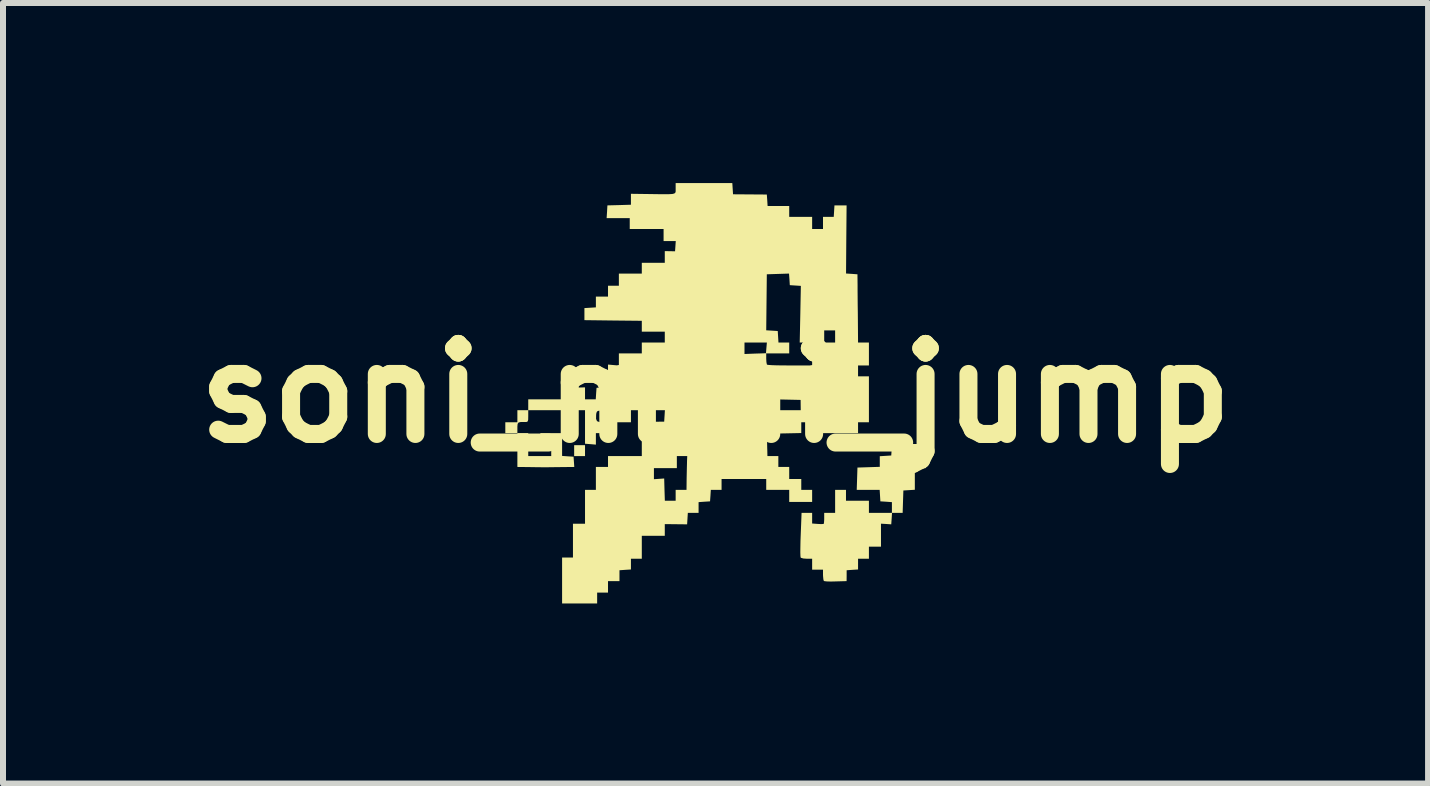
<source format=kicad_pcb>
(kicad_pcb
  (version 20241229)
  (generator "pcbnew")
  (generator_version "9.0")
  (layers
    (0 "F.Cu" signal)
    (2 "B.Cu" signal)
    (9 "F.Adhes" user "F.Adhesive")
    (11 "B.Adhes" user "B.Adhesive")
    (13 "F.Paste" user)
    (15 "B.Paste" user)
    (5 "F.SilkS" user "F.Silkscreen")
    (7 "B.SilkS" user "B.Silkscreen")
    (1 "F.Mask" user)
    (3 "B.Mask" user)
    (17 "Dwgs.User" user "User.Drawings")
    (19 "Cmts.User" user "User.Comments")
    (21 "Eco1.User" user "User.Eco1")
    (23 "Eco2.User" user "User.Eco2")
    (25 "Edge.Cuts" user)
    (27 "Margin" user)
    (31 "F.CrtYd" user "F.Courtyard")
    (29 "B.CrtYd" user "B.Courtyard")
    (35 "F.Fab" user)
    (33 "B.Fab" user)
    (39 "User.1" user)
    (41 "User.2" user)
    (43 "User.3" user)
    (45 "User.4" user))
  (footprint "soni_mini_jump"
    (layer "F.Cu")
    (at 8.871 3.502)
    (property "Reference" "soni_mini_jump" (at 0 0 0) (layer "F.SilkS") (effects (font (size 1.5 1.5) (thickness 0.3))))
    (attr board_only exclude_from_pos_files exclude_from_bom)
    (fp_poly (pts (xy -2.174 0.956) (xy -2.174 1.047) (xy -2.264 1.047) (xy -2.355 1.047) (xy -2.355 0.956) (xy -2.355 0.865) (xy -2.264 0.865) (xy -2.174 0.865)) (stroke (width 0) (type solid)) (fill yes) (layer "F.SilkS"))
    (fp_poly (pts (xy -3.12 0.855) (xy -3.12 1.047) (xy -2.928 1.047) (xy -2.737 1.047) (xy -2.737 0.946) (xy -2.737 0.845) (xy -2.828 0.845) (xy -2.918 0.845) (xy -2.918 0.755) (xy -2.918 0.664) (xy -2.737 0.664) (xy -2.556 0.664) (xy -2.556 0.854) (xy -2.556 1.044) (xy -2.46 1.051) (xy -2.365 1.057) (xy -2.359 1.142) (xy -2.353 1.228) (xy -2.555 1.23) (xy -2.65 1.231) (xy -2.737 1.232) (xy -2.805 1.233) (xy -2.828 1.233) (xy -2.879 1.233) (xy -2.957 1.232) (xy -3.049 1.231) (xy -3.1 1.23) (xy -3.301 1.228) (xy -3.301 0.946) (xy -3.301 0.664) (xy -3.21 0.664) (xy -3.12 0.664)) (stroke (width 0) (type solid)) (fill yes) (layer "F.SilkS"))
    (fp_poly (pts (xy 3.502 1.047) (xy 3.502 1.248) (xy 3.411 1.248) (xy 3.321 1.248) (xy 3.321 1.428) (xy 3.321 1.608) (xy 3.225 1.614) (xy 3.13 1.62) (xy 3.124 1.806) (xy 3.118 1.993) (xy 3.029 1.993) (xy 2.941 1.993) (xy 2.935 2.088) (xy 2.928 2.184) (xy 2.843 2.178) (xy 2.757 2.173) (xy 2.757 2.365) (xy 2.757 2.556) (xy 2.657 2.556) (xy 2.556 2.556) (xy 2.556 2.657) (xy 2.556 2.757) (xy 2.466 2.757) (xy 2.375 2.757) (xy 2.375 2.847) (xy 2.375 2.936) (xy 2.28 2.942) (xy 2.185 2.949) (xy 2.185 3.039) (xy 2.184 3.13) (xy 2.002 3.135) (xy 1.92 3.137) (xy 1.853 3.135) (xy 1.813 3.13) (xy 1.805 3.127) (xy 1.797 3.1) (xy 1.792 3.048) (xy 1.791 3.026) (xy 1.791 2.939) (xy 1.701 2.939) (xy 1.61 2.939) (xy 1.61 2.848) (xy 1.61 2.757) (xy 1.521 2.757) (xy 1.464 2.753) (xy 1.425 2.742) (xy 1.418 2.736) (xy 1.415 2.71) (xy 1.413 2.65) (xy 1.414 2.564) (xy 1.416 2.459) (xy 1.42 2.354) (xy 1.434 1.993) (xy 1.522 1.993) (xy 1.61 1.993) (xy 1.61 2.081) (xy 1.61 2.17) (xy 1.702 2.177) (xy 1.759 2.18) (xy 1.796 2.178) (xy 1.803 2.176) (xy 1.808 2.152) (xy 1.811 2.103) (xy 1.811 2.08) (xy 1.811 1.993) (xy 1.902 1.993) (xy 1.993 1.993) (xy 1.993 1.801) (xy 1.993 1.61) (xy 2.083 1.61) (xy 2.174 1.61) (xy 2.174 1.701) (xy 2.174 1.791) (xy 2.365 1.791) (xy 2.556 1.791) (xy 2.556 1.892) (xy 2.556 1.993) (xy 2.747 1.993) (xy 2.939 1.993) (xy 2.939 1.903) (xy 2.939 1.814) (xy 2.843 1.807) (xy 2.747 1.801) (xy 2.741 1.706) (xy 2.735 1.61) (xy 2.544 1.61) (xy 2.353 1.61) (xy 2.359 1.424) (xy 2.365 1.238) (xy 2.551 1.232) (xy 2.737 1.226) (xy 2.737 1.138) (xy 2.737 1.049) (xy 2.833 1.043) (xy 2.928 1.037) (xy 2.935 0.941) (xy 2.941 0.845) (xy 3.221 0.845) (xy 3.502 0.845)) (stroke (width 0) (type solid)) (fill yes) (layer "F.SilkS"))
    (fp_poly (pts (xy 0.286 -3.409) (xy 0.292 -3.315) (xy 0.574 -3.313) (xy 0.855 -3.311) (xy 0.862 -3.215) (xy 0.868 -3.12) (xy 1.048 -3.12) (xy 1.228 -3.12) (xy 1.228 -3.029) (xy 1.228 -2.939) (xy 1.419 -2.939) (xy 1.61 -2.939) (xy 1.61 -2.838) (xy 1.61 -2.737) (xy 1.701 -2.737) (xy 1.791 -2.737) (xy 1.791 -2.838) (xy 1.791 -2.939) (xy 1.881 -2.939) (xy 1.97 -2.939) (xy 1.976 -3.034) (xy 1.982 -3.13) (xy 2.083 -3.13) (xy 2.184 -3.13) (xy 2.179 -2.562) (xy 2.175 -1.995) (xy 2.27 -1.989) (xy 2.365 -1.982) (xy 2.367 -1.801) (xy 2.367 -1.721) (xy 2.368 -1.611) (xy 2.369 -1.482) (xy 2.371 -1.345) (xy 2.372 -1.233) (xy 2.375 -0.845) (xy 2.466 -0.845) (xy 2.556 -0.845) (xy 2.556 -0.654) (xy 2.556 -0.463) (xy 2.466 -0.463) (xy 2.375 -0.463) (xy 2.375 -0.372) (xy 2.375 -0.282) (xy 2.466 -0.282) (xy 2.556 -0.282) (xy 2.556 0.101) (xy 2.556 0.483) (xy 2.466 0.483) (xy 2.375 0.483) (xy 2.375 0.574) (xy 2.375 0.664) (xy 1.993 0.664) (xy 1.61 0.664) (xy 1.61 0.574) (xy 1.61 0.483) (xy 1.52 0.483) (xy 1.429 0.483) (xy 1.429 0.573) (xy 1.429 0.663) (xy 1.142 0.669) (xy 0.855 0.674) (xy 0.858 0.765) (xy 0.86 0.846) (xy 0.862 0.932) (xy 0.863 0.951) (xy 0.865 1.047) (xy 0.956 1.047) (xy 1.047 1.047) (xy 1.047 1.137) (xy 1.047 1.228) (xy 1.137 1.228) (xy 1.228 1.228) (xy 1.228 1.328) (xy 1.228 1.429) (xy 1.328 1.429) (xy 1.429 1.429) (xy 1.429 1.52) (xy 1.429 1.61) (xy 1.52 1.61) (xy 1.61 1.61) (xy 1.61 1.711) (xy 1.61 1.811) (xy 1.419 1.811) (xy 1.228 1.811) (xy 1.228 1.711) (xy 1.228 1.61) (xy 1.037 1.61) (xy 0.845 1.61) (xy 0.845 1.52) (xy 0.845 1.429) (xy 0.473 1.429) (xy 0.101 1.429) (xy 0.101 1.52) (xy 0.101 1.61) (xy 0.011 1.61) (xy -0.078 1.61) (xy -0.084 1.706) (xy -0.091 1.801) (xy -0.186 1.807) (xy -0.282 1.814) (xy -0.282 1.903) (xy -0.282 1.993) (xy -0.371 1.993) (xy -0.461 1.993) (xy -0.467 2.088) (xy -0.473 2.184) (xy -0.659 2.182) (xy -0.845 2.18) (xy -0.845 2.278) (xy -0.845 2.375) (xy -1.037 2.375) (xy -1.228 2.375) (xy -1.228 2.566) (xy -1.228 2.757) (xy -1.318 2.757) (xy -1.409 2.757) (xy -1.409 2.847) (xy -1.409 2.936) (xy -1.504 2.942) (xy -1.6 2.949) (xy -1.6 3.039) (xy -1.6 3.13) (xy -1.696 3.13) (xy -1.791 3.13) (xy -1.791 3.225) (xy -1.791 3.321) (xy -1.882 3.321) (xy -1.972 3.321) (xy -1.972 3.411) (xy -1.972 3.502) (xy -2.264 3.502) (xy -2.556 3.502) (xy -2.556 3.12) (xy -2.556 2.737) (xy -2.466 2.737) (xy -2.375 2.737) (xy -2.375 2.455) (xy -2.375 2.174) (xy -2.274 2.174) (xy -2.174 2.174) (xy -2.174 1.892) (xy -2.174 1.61) (xy -2.083 1.61) (xy -1.993 1.61) (xy -1.993 1.419) (xy -1.993 1.248) (xy -1.026 1.248) (xy -1.026 1.34) (xy -1.026 1.432) (xy -0.941 1.426) (xy -0.855 1.42) (xy -0.85 1.605) (xy -0.844 1.791) (xy -0.754 1.791) (xy -0.664 1.791) (xy -0.664 1.701) (xy -0.664 1.61) (xy -0.574 1.61) (xy -0.483 1.61) (xy -0.481 1.424) (xy -0.479 1.328) (xy -0.477 1.234) (xy -0.475 1.16) (xy -0.475 1.142) (xy -0.471 1.047) (xy -0.557 1.047) (xy -0.644 1.047) (xy -0.644 1.147) (xy -0.644 1.248) (xy -0.835 1.248) (xy -1.026 1.248) (xy -1.993 1.248) (xy -1.993 1.228) (xy -1.892 1.228) (xy -1.791 1.228) (xy -1.791 1.137) (xy -1.791 1.047) (xy -1.51 1.047) (xy -1.228 1.047) (xy -1.228 0.855) (xy -1.228 0.664) (xy -1.138 0.664) (xy -1.049 0.664) (xy -1.043 0.57) (xy -1.037 0.476) (xy -0.946 0.474) (xy -0.855 0.473) (xy -0.849 0.377) (xy -0.843 0.282) (xy -1.126 0.282) (xy -1.409 0.282) (xy -1.409 0.382) (xy -1.409 0.483) (xy -1.6 0.483) (xy -1.791 0.483) (xy -1.791 0.574) (xy -1.791 0.664) (xy -1.892 0.664) (xy -1.993 0.664) (xy -1.993 0.76) (xy -1.993 0.856) (xy -2.083 0.848) (xy -2.174 0.841) (xy -2.174 0.562) (xy -2.174 0.427) (xy -1.99 0.427) (xy -1.974 0.465) (xy -1.931 0.481) (xy -1.882 0.483) (xy -1.791 0.483) (xy -1.791 0.381) (xy -1.791 0.28) (xy -1.887 0.286) (xy -1.945 0.291) (xy -1.974 0.303) (xy -1.985 0.33) (xy -1.989 0.359) (xy -1.99 0.427) (xy -2.174 0.427) (xy -2.174 0.282) (xy -2.647 0.282) (xy -3.12 0.282) (xy -3.12 0.381) (xy -3.121 0.44) (xy -3.129 0.469) (xy -3.15 0.479) (xy -3.175 0.479) (xy -3.244 0.479) (xy -3.281 0.487) (xy -3.297 0.51) (xy -3.301 0.555) (xy -3.301 0.574) (xy -3.301 0.664) (xy -3.401 0.664) (xy -3.502 0.664) (xy -3.502 0.574) (xy -3.502 0.483) (xy -3.401 0.483) (xy -3.301 0.483) (xy -3.301 0.382) (xy -3.301 0.282) (xy -3.21 0.282) (xy -3.12 0.282) (xy -3.12 0.191) (xy -3.12 0.191) (xy 0.865 0.191) (xy 0.865 0.282) (xy 1.143 0.282) (xy 1.42 0.282) (xy 1.419 0.196) (xy 1.418 0.111) (xy 1.142 0.105) (xy 0.865 0.099) (xy 0.865 0.191) (xy -3.12 0.191) (xy -3.12 0.101) (xy -2.839 0.101) (xy -2.558 0.101) (xy -2.552 0.006) (xy -2.546 -0.088) (xy -2.36 -0.093) (xy -2.174 -0.098) (xy -2.174 0.001) (xy -2.174 0.101) (xy -2.084 0.101) (xy -1.995 0.101) (xy -1.989 0.005) (xy -1.982 -0.091) (xy -1.887 -0.097) (xy -1.791 -0.103) (xy -1.791 -0.291) (xy -1.791 -0.478) (xy -1.701 -0.47) (xy -1.61 -0.462) (xy -1.61 -0.563) (xy -1.61 -0.654) (xy 0.483 -0.654) (xy 0.664 -0.661) (xy 0.765 -0.664) (xy 0.841 -0.664) (xy 0.845 -0.664) (xy 0.845 -0.667) (xy 0.841 -0.667) (xy 0.841 -0.664) (xy 0.765 -0.664) (xy 0.841 -0.667) (xy 0.848 -0.755) (xy 0.856 -0.845) (xy 0.669 -0.845) (xy 0.483 -0.845) (xy 0.483 -0.75) (xy 0.483 -0.654) (xy -1.61 -0.654) (xy -1.61 -0.664) (xy -1.419 -0.664) (xy -1.228 -0.664) (xy -1.228 -0.755) (xy -1.228 -0.845) (xy -1.037 -0.845) (xy -0.845 -0.845) (xy -0.845 -0.936) (xy -0.845 -1.026) (xy -1.037 -1.026) (xy -1.228 -1.026) (xy -1.228 -1.049) (xy 0.845 -1.049) (xy 0.941 -1.043) (xy 1.037 -1.037) (xy 1.043 -0.941) (xy 1.049 -0.845) (xy 1.138 -0.845) (xy 1.228 -0.845) (xy 1.228 -0.755) (xy 1.228 -0.664) (xy 1.035 -0.664) (xy 0.845 -0.664) (xy 0.845 -0.578) (xy 0.848 -0.521) (xy 0.855 -0.483) (xy 0.859 -0.476) (xy 0.882 -0.472) (xy 0.939 -0.468) (xy 1.024 -0.465) (xy 1.128 -0.464) (xy 1.241 -0.463) (xy 1.61 -0.463) (xy 1.61 -0.564) (xy 1.61 -0.664) (xy 1.711 -0.664) (xy 1.811 -0.664) (xy 1.811 -0.755) (xy 1.811 -0.845) (xy 1.902 -0.845) (xy 1.993 -0.845) (xy 1.993 -0.946) (xy 1.993 -1.047) (xy 1.902 -1.047) (xy 1.811 -1.047) (xy 1.811 -0.946) (xy 1.811 -0.845) (xy 1.607 -0.845) (xy 1.403 -0.845) (xy 1.413 -1.317) (xy 1.422 -1.789) (xy 1.33 -1.795) (xy 1.238 -1.801) (xy 1.232 -1.898) (xy 1.225 -1.994) (xy 1.04 -1.988) (xy 0.855 -1.982) (xy 0.85 -1.516) (xy 0.845 -1.049) (xy -1.228 -1.049) (xy -1.228 -1.117) (xy -1.228 -1.207) (xy -1.706 -1.212) (xy -2.184 -1.218) (xy -2.184 -1.318) (xy -2.184 -1.419) (xy -2.088 -1.425) (xy -1.993 -1.431) (xy -1.993 -1.521) (xy -1.993 -1.61) (xy -1.892 -1.61) (xy -1.791 -1.61) (xy -1.791 -1.701) (xy -1.791 -1.791) (xy -1.701 -1.791) (xy -1.61 -1.791) (xy -1.61 -1.892) (xy -1.61 -1.993) (xy -1.419 -1.993) (xy -1.228 -1.993) (xy -1.228 -2.083) (xy -1.228 -2.174) (xy -1.037 -2.174) (xy -0.845 -2.174) (xy -0.845 -2.271) (xy -0.845 -2.368) (xy -0.76 -2.367) (xy -0.674 -2.365) (xy -0.668 -2.45) (xy -0.662 -2.536) (xy -0.764 -2.536) (xy -0.865 -2.536) (xy -0.865 -2.637) (xy -0.865 -2.737) (xy -1.147 -2.737) (xy -1.429 -2.737) (xy -1.429 -2.828) (xy -1.429 -2.918) (xy -1.621 -2.918) (xy -1.814 -2.918) (xy -1.807 -3.024) (xy -1.801 -3.13) (xy -1.605 -3.135) (xy -1.409 -3.141) (xy -1.409 -3.232) (xy -1.409 -3.323) (xy -1.102 -3.319) (xy -0.958 -3.317) (xy -0.85 -3.316) (xy -0.772 -3.317) (xy -0.719 -3.32) (xy -0.687 -3.328) (xy -0.67 -3.341) (xy -0.664 -3.361) (xy -0.664 -3.387) (xy -0.664 -3.411) (xy -0.664 -3.502) (xy -0.192 -3.502) (xy 0.28 -3.502)) (stroke (width 0) (type solid)) (fill yes) (layer "F.SilkS")))
  (gr_rect
    (start -3 -3)
    (end 20.743 10.004)
    (stroke (width 0.1) (type default))
    (fill no)
    (layer "Edge.Cuts")))
</source>
